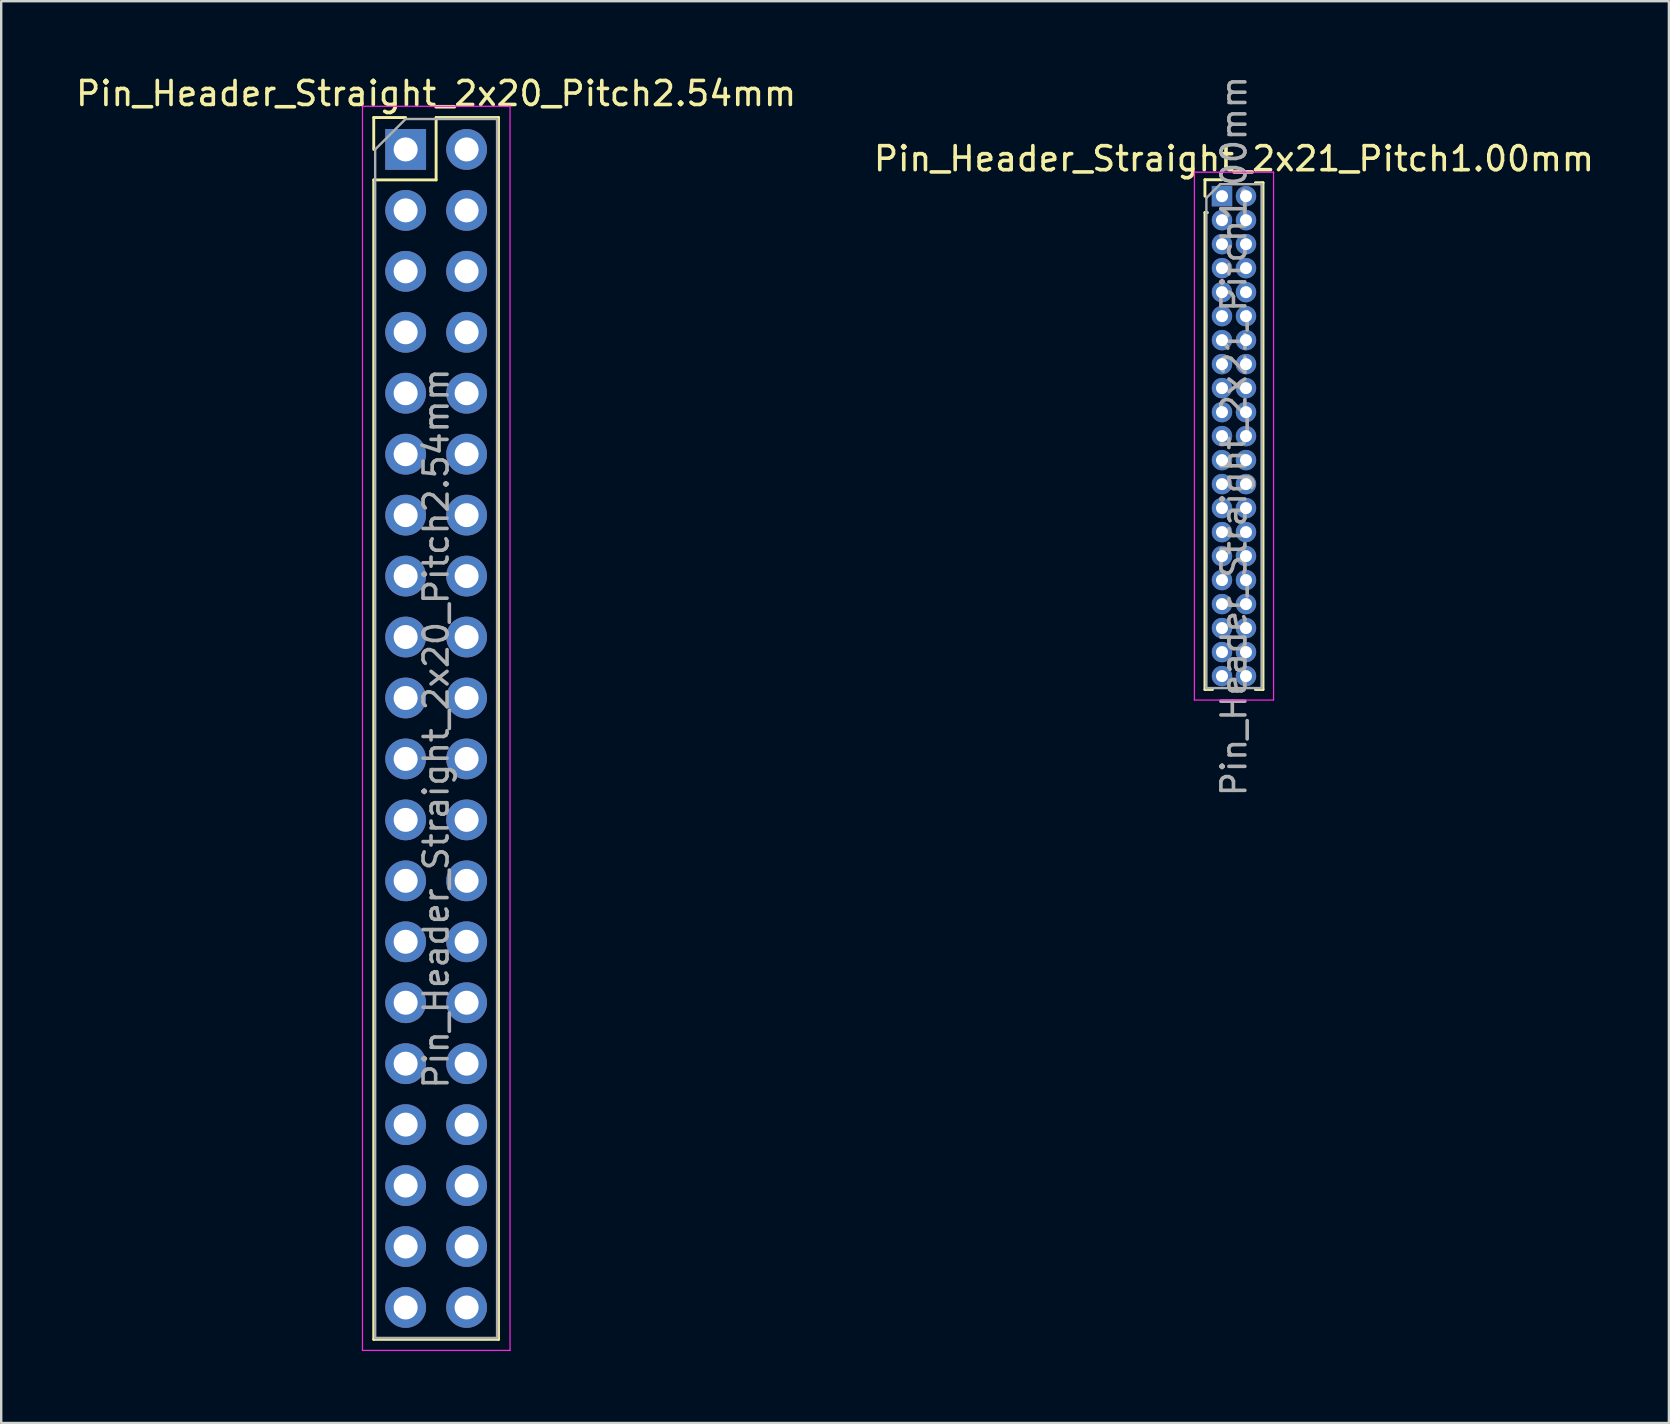
<source format=kicad_pcb>
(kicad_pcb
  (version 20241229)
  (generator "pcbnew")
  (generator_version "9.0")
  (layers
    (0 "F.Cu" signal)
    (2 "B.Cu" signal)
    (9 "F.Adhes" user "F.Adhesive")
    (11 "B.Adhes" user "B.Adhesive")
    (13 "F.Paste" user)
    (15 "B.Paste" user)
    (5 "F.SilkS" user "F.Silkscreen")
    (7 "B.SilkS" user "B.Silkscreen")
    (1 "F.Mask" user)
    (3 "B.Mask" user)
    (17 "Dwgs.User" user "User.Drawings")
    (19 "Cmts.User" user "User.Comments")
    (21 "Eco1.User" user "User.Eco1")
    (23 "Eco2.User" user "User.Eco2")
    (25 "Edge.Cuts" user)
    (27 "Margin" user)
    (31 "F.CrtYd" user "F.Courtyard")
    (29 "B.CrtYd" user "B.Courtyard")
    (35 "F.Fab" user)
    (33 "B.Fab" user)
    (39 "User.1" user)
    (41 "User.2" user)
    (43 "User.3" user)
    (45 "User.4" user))
  (footprint "Pin_Header_Straight_2x20_Pitch2.54mm"
    (layer "F.Cu")
    (at 13.855 3.178)
    (property "Reference" "Pin_Header_Straight_2x20_Pitch2.54mm" (at 1.27 -2.33 0) (layer "F.SilkS") (effects (font (size 1 1) (thickness 0.15))))
    (attr through_hole)
    (fp_line (start -1.33 -1.33) (end 0 -1.33) (stroke (width 0.12) (type solid)) (layer "F.SilkS"))
    (fp_line (start -1.33 0) (end -1.33 -1.33) (stroke (width 0.12) (type solid)) (layer "F.SilkS"))
    (fp_line (start -1.33 1.27) (end -1.33 49.59) (stroke (width 0.12) (type solid)) (layer "F.SilkS"))
    (fp_line (start -1.33 1.27) (end 1.27 1.27) (stroke (width 0.12) (type solid)) (layer "F.SilkS"))
    (fp_line (start -1.33 49.59) (end 3.87 49.59) (stroke (width 0.12) (type solid)) (layer "F.SilkS"))
    (fp_line (start 1.27 -1.33) (end 3.87 -1.33) (stroke (width 0.12) (type solid)) (layer "F.SilkS"))
    (fp_line (start 1.27 1.27) (end 1.27 -1.33) (stroke (width 0.12) (type solid)) (layer "F.SilkS"))
    (fp_line (start 3.87 -1.33) (end 3.87 49.59) (stroke (width 0.12) (type solid)) (layer "F.SilkS"))
    (fp_line (start -1.8 -1.8) (end -1.8 50.05) (stroke (width 0.05) (type solid)) (layer "F.CrtYd"))
    (fp_line (start -1.8 50.05) (end 4.35 50.05) (stroke (width 0.05) (type solid)) (layer "F.CrtYd"))
    (fp_line (start 4.35 -1.8) (end -1.8 -1.8) (stroke (width 0.05) (type solid)) (layer "F.CrtYd"))
    (fp_line (start 4.35 50.05) (end 4.35 -1.8) (stroke (width 0.05) (type solid)) (layer "F.CrtYd"))
    (fp_line (start -1.27 0) (end 0 -1.27) (stroke (width 0.1) (type solid)) (layer "F.Fab"))
    (fp_line (start -1.27 49.53) (end -1.27 0) (stroke (width 0.1) (type solid)) (layer "F.Fab"))
    (fp_line (start 0 -1.27) (end 3.81 -1.27) (stroke (width 0.1) (type solid)) (layer "F.Fab"))
    (fp_line (start 3.81 -1.27) (end 3.81 49.53) (stroke (width 0.1) (type solid)) (layer "F.Fab"))
    (fp_line (start 3.81 49.53) (end -1.27 49.53) (stroke (width 0.1) (type solid)) (layer "F.Fab"))
    (fp_text user "${REFERENCE}" (at 1.27 24.13 90) (layer "F.Fab") (effects (font (size 1 1) (thickness 0.15))))
    (pad "1" thru_hole rect (at 0 0) (size 1.7 1.7) (drill 1) (layers "*.Cu" "*.Mask"))
    (pad "2" thru_hole oval (at 2.54 0) (size 1.7 1.7) (drill 1) (layers "*.Cu" "*.Mask"))
    (pad "3" thru_hole oval (at 0 2.54) (size 1.7 1.7) (drill 1) (layers "*.Cu" "*.Mask"))
    (pad "4" thru_hole oval (at 2.54 2.54) (size 1.7 1.7) (drill 1) (layers "*.Cu" "*.Mask"))
    (pad "5" thru_hole oval (at 0 5.08) (size 1.7 1.7) (drill 1) (layers "*.Cu" "*.Mask"))
    (pad "6" thru_hole oval (at 2.54 5.08) (size 1.7 1.7) (drill 1) (layers "*.Cu" "*.Mask"))
    (pad "7" thru_hole oval (at 0 7.62) (size 1.7 1.7) (drill 1) (layers "*.Cu" "*.Mask"))
    (pad "8" thru_hole oval (at 2.54 7.62) (size 1.7 1.7) (drill 1) (layers "*.Cu" "*.Mask"))
    (pad "9" thru_hole oval (at 0 10.16) (size 1.7 1.7) (drill 1) (layers "*.Cu" "*.Mask"))
    (pad "10" thru_hole oval (at 2.54 10.16) (size 1.7 1.7) (drill 1) (layers "*.Cu" "*.Mask"))
    (pad "11" thru_hole oval (at 0 12.7) (size 1.7 1.7) (drill 1) (layers "*.Cu" "*.Mask"))
    (pad "12" thru_hole oval (at 2.54 12.7) (size 1.7 1.7) (drill 1) (layers "*.Cu" "*.Mask"))
    (pad "13" thru_hole oval (at 0 15.24) (size 1.7 1.7) (drill 1) (layers "*.Cu" "*.Mask"))
    (pad "14" thru_hole oval (at 2.54 15.24) (size 1.7 1.7) (drill 1) (layers "*.Cu" "*.Mask"))
    (pad "15" thru_hole oval (at 0 17.78) (size 1.7 1.7) (drill 1) (layers "*.Cu" "*.Mask"))
    (pad "16" thru_hole oval (at 2.54 17.78) (size 1.7 1.7) (drill 1) (layers "*.Cu" "*.Mask"))
    (pad "17" thru_hole oval (at 0 20.32) (size 1.7 1.7) (drill 1) (layers "*.Cu" "*.Mask"))
    (pad "18" thru_hole oval (at 2.54 20.32) (size 1.7 1.7) (drill 1) (layers "*.Cu" "*.Mask"))
    (pad "19" thru_hole oval (at 0 22.86) (size 1.7 1.7) (drill 1) (layers "*.Cu" "*.Mask"))
    (pad "20" thru_hole oval (at 2.54 22.86) (size 1.7 1.7) (drill 1) (layers "*.Cu" "*.Mask"))
    (pad "21" thru_hole oval (at 0 25.4) (size 1.7 1.7) (drill 1) (layers "*.Cu" "*.Mask"))
    (pad "22" thru_hole oval (at 2.54 25.4) (size 1.7 1.7) (drill 1) (layers "*.Cu" "*.Mask"))
    (pad "23" thru_hole oval (at 0 27.94) (size 1.7 1.7) (drill 1) (layers "*.Cu" "*.Mask"))
    (pad "24" thru_hole oval (at 2.54 27.94) (size 1.7 1.7) (drill 1) (layers "*.Cu" "*.Mask"))
    (pad "25" thru_hole oval (at 0 30.48) (size 1.7 1.7) (drill 1) (layers "*.Cu" "*.Mask"))
    (pad "26" thru_hole oval (at 2.54 30.48) (size 1.7 1.7) (drill 1) (layers "*.Cu" "*.Mask"))
    (pad "27" thru_hole oval (at 0 33.02) (size 1.7 1.7) (drill 1) (layers "*.Cu" "*.Mask"))
    (pad "28" thru_hole oval (at 2.54 33.02) (size 1.7 1.7) (drill 1) (layers "*.Cu" "*.Mask"))
    (pad "29" thru_hole oval (at 0 35.56) (size 1.7 1.7) (drill 1) (layers "*.Cu" "*.Mask"))
    (pad "30" thru_hole oval (at 2.54 35.56) (size 1.7 1.7) (drill 1) (layers "*.Cu" "*.Mask"))
    (pad "31" thru_hole oval (at 0 38.1) (size 1.7 1.7) (drill 1) (layers "*.Cu" "*.Mask"))
    (pad "32" thru_hole oval (at 2.54 38.1) (size 1.7 1.7) (drill 1) (layers "*.Cu" "*.Mask"))
    (pad "33" thru_hole oval (at 0 40.64) (size 1.7 1.7) (drill 1) (layers "*.Cu" "*.Mask"))
    (pad "34" thru_hole oval (at 2.54 40.64) (size 1.7 1.7) (drill 1) (layers "*.Cu" "*.Mask"))
    (pad "35" thru_hole oval (at 0 43.18) (size 1.7 1.7) (drill 1) (layers "*.Cu" "*.Mask"))
    (pad "36" thru_hole oval (at 2.54 43.18) (size 1.7 1.7) (drill 1) (layers "*.Cu" "*.Mask"))
    (pad "37" thru_hole oval (at 0 45.72) (size 1.7 1.7) (drill 1) (layers "*.Cu" "*.Mask"))
    (pad "38" thru_hole oval (at 2.54 45.72) (size 1.7 1.7) (drill 1) (layers "*.Cu" "*.Mask"))
    (pad "39" thru_hole oval (at 0 48.26) (size 1.7 1.7) (drill 1) (layers "*.Cu" "*.Mask"))
    (pad "40" thru_hole oval (at 2.54 48.26) (size 1.7 1.7) (drill 1) (layers "*.Cu" "*.Mask")))
  (footprint "Pin_Header_Straight_2x21_Pitch1.00mm"
    (layer "F.Cu")
    (at 47.875 5.125)
    (property "Reference" "Pin_Header_Straight_2x21_Pitch1.00mm" (at 0.5 -1.56 0) (layer "F.SilkS") (effects (font (size 1 1) (thickness 0.15))))
    (attr through_hole)
    (fp_line (start -0.71 -0.685) (end 0 -0.685) (stroke (width 0.12) (type solid)) (layer "F.SilkS"))
    (fp_line (start -0.71 0) (end -0.71 -0.685) (stroke (width 0.12) (type solid)) (layer "F.SilkS"))
    (fp_line (start -0.71 0.685) (end -0.71 20.56) (stroke (width 0.12) (type solid)) (layer "F.SilkS"))
    (fp_line (start -0.71 0.685) (end -0.608 0.685) (stroke (width 0.12) (type solid)) (layer "F.SilkS"))
    (fp_line (start -0.71 20.56) (end -0.394 20.56) (stroke (width 0.12) (type solid)) (layer "F.SilkS"))
    (fp_line (start 0.394 20.56) (end 0.606 20.56) (stroke (width 0.12) (type solid)) (layer "F.SilkS"))
    (fp_line (start 1.394 -0.56) (end 1.71 -0.56) (stroke (width 0.12) (type solid)) (layer "F.SilkS"))
    (fp_line (start 1.394 20.56) (end 1.71 20.56) (stroke (width 0.12) (type solid)) (layer "F.SilkS"))
    (fp_line (start 1.71 -0.56) (end 1.71 20.56) (stroke (width 0.12) (type solid)) (layer "F.SilkS"))
    (fp_line (start -1.15 -1) (end -1.15 21) (stroke (width 0.05) (type solid)) (layer "F.CrtYd"))
    (fp_line (start -1.15 21) (end 2.15 21) (stroke (width 0.05) (type solid)) (layer "F.CrtYd"))
    (fp_line (start 2.15 -1) (end -1.15 -1) (stroke (width 0.05) (type solid)) (layer "F.CrtYd"))
    (fp_line (start 2.15 21) (end 2.15 -1) (stroke (width 0.05) (type solid)) (layer "F.CrtYd"))
    (fp_line (start -0.65 0.075) (end -0.075 -0.5) (stroke (width 0.1) (type solid)) (layer "F.Fab"))
    (fp_line (start -0.65 20.5) (end -0.65 0.075) (stroke (width 0.1) (type solid)) (layer "F.Fab"))
    (fp_line (start -0.075 -0.5) (end 1.65 -0.5) (stroke (width 0.1) (type solid)) (layer "F.Fab"))
    (fp_line (start 1.65 -0.5) (end 1.65 20.5) (stroke (width 0.1) (type solid)) (layer "F.Fab"))
    (fp_line (start 1.65 20.5) (end -0.65 20.5) (stroke (width 0.1) (type solid)) (layer "F.Fab"))
    (fp_text user "${REFERENCE}" (at 0.5 10 90) (layer "F.Fab") (effects (font (size 1 1) (thickness 0.15))))
    (pad "1" thru_hole rect (at 0 0) (size 0.85 0.85) (drill 0.5) (layers "*.Cu" "*.Mask"))
    (pad "2" thru_hole oval (at 1 0) (size 0.85 0.85) (drill 0.5) (layers "*.Cu" "*.Mask"))
    (pad "3" thru_hole oval (at 0 1) (size 0.85 0.85) (drill 0.5) (layers "*.Cu" "*.Mask"))
    (pad "4" thru_hole oval (at 1 1) (size 0.85 0.85) (drill 0.5) (layers "*.Cu" "*.Mask"))
    (pad "5" thru_hole oval (at 0 2) (size 0.85 0.85) (drill 0.5) (layers "*.Cu" "*.Mask"))
    (pad "6" thru_hole oval (at 1 2) (size 0.85 0.85) (drill 0.5) (layers "*.Cu" "*.Mask"))
    (pad "7" thru_hole oval (at 0 3) (size 0.85 0.85) (drill 0.5) (layers "*.Cu" "*.Mask"))
    (pad "8" thru_hole oval (at 1 3) (size 0.85 0.85) (drill 0.5) (layers "*.Cu" "*.Mask"))
    (pad "9" thru_hole oval (at 0 4) (size 0.85 0.85) (drill 0.5) (layers "*.Cu" "*.Mask"))
    (pad "10" thru_hole oval (at 1 4) (size 0.85 0.85) (drill 0.5) (layers "*.Cu" "*.Mask"))
    (pad "11" thru_hole oval (at 0 5) (size 0.85 0.85) (drill 0.5) (layers "*.Cu" "*.Mask"))
    (pad "12" thru_hole oval (at 1 5) (size 0.85 0.85) (drill 0.5) (layers "*.Cu" "*.Mask"))
    (pad "13" thru_hole oval (at 0 6) (size 0.85 0.85) (drill 0.5) (layers "*.Cu" "*.Mask"))
    (pad "14" thru_hole oval (at 1 6) (size 0.85 0.85) (drill 0.5) (layers "*.Cu" "*.Mask"))
    (pad "15" thru_hole oval (at 0 7) (size 0.85 0.85) (drill 0.5) (layers "*.Cu" "*.Mask"))
    (pad "16" thru_hole oval (at 1 7) (size 0.85 0.85) (drill 0.5) (layers "*.Cu" "*.Mask"))
    (pad "17" thru_hole oval (at 0 8) (size 0.85 0.85) (drill 0.5) (layers "*.Cu" "*.Mask"))
    (pad "18" thru_hole oval (at 1 8) (size 0.85 0.85) (drill 0.5) (layers "*.Cu" "*.Mask"))
    (pad "19" thru_hole oval (at 0 9) (size 0.85 0.85) (drill 0.5) (layers "*.Cu" "*.Mask"))
    (pad "20" thru_hole oval (at 1 9) (size 0.85 0.85) (drill 0.5) (layers "*.Cu" "*.Mask"))
    (pad "21" thru_hole oval (at 0 10) (size 0.85 0.85) (drill 0.5) (layers "*.Cu" "*.Mask"))
    (pad "22" thru_hole oval (at 1 10) (size 0.85 0.85) (drill 0.5) (layers "*.Cu" "*.Mask"))
    (pad "23" thru_hole oval (at 0 11) (size 0.85 0.85) (drill 0.5) (layers "*.Cu" "*.Mask"))
    (pad "24" thru_hole oval (at 1 11) (size 0.85 0.85) (drill 0.5) (layers "*.Cu" "*.Mask"))
    (pad "25" thru_hole oval (at 0 12) (size 0.85 0.85) (drill 0.5) (layers "*.Cu" "*.Mask"))
    (pad "26" thru_hole oval (at 1 12) (size 0.85 0.85) (drill 0.5) (layers "*.Cu" "*.Mask"))
    (pad "27" thru_hole oval (at 0 13) (size 0.85 0.85) (drill 0.5) (layers "*.Cu" "*.Mask"))
    (pad "28" thru_hole oval (at 1 13) (size 0.85 0.85) (drill 0.5) (layers "*.Cu" "*.Mask"))
    (pad "29" thru_hole oval (at 0 14) (size 0.85 0.85) (drill 0.5) (layers "*.Cu" "*.Mask"))
    (pad "30" thru_hole oval (at 1 14) (size 0.85 0.85) (drill 0.5) (layers "*.Cu" "*.Mask"))
    (pad "31" thru_hole oval (at 0 15) (size 0.85 0.85) (drill 0.5) (layers "*.Cu" "*.Mask"))
    (pad "32" thru_hole oval (at 1 15) (size 0.85 0.85) (drill 0.5) (layers "*.Cu" "*.Mask"))
    (pad "33" thru_hole oval (at 0 16) (size 0.85 0.85) (drill 0.5) (layers "*.Cu" "*.Mask"))
    (pad "34" thru_hole oval (at 1 16) (size 0.85 0.85) (drill 0.5) (layers "*.Cu" "*.Mask"))
    (pad "35" thru_hole oval (at 0 17) (size 0.85 0.85) (drill 0.5) (layers "*.Cu" "*.Mask"))
    (pad "36" thru_hole oval (at 1 17) (size 0.85 0.85) (drill 0.5) (layers "*.Cu" "*.Mask"))
    (pad "37" thru_hole oval (at 0 18) (size 0.85 0.85) (drill 0.5) (layers "*.Cu" "*.Mask"))
    (pad "38" thru_hole oval (at 1 18) (size 0.85 0.85) (drill 0.5) (layers "*.Cu" "*.Mask"))
    (pad "39" thru_hole oval (at 0 19) (size 0.85 0.85) (drill 0.5) (layers "*.Cu" "*.Mask"))
    (pad "40" thru_hole oval (at 1 19) (size 0.85 0.85) (drill 0.5) (layers "*.Cu" "*.Mask"))
    (pad "41" thru_hole oval (at 0 20) (size 0.85 0.85) (drill 0.5) (layers "*.Cu" "*.Mask"))
    (pad "42" thru_hole oval (at 1 20) (size 0.85 0.85) (drill 0.5) (layers "*.Cu" "*.Mask")))
  (gr_rect
    (start -3 -3)
    (end 66.5 56.253)
    (stroke (width 0.1) (type default))
    (fill no)
    (layer "Edge.Cuts")))
</source>
